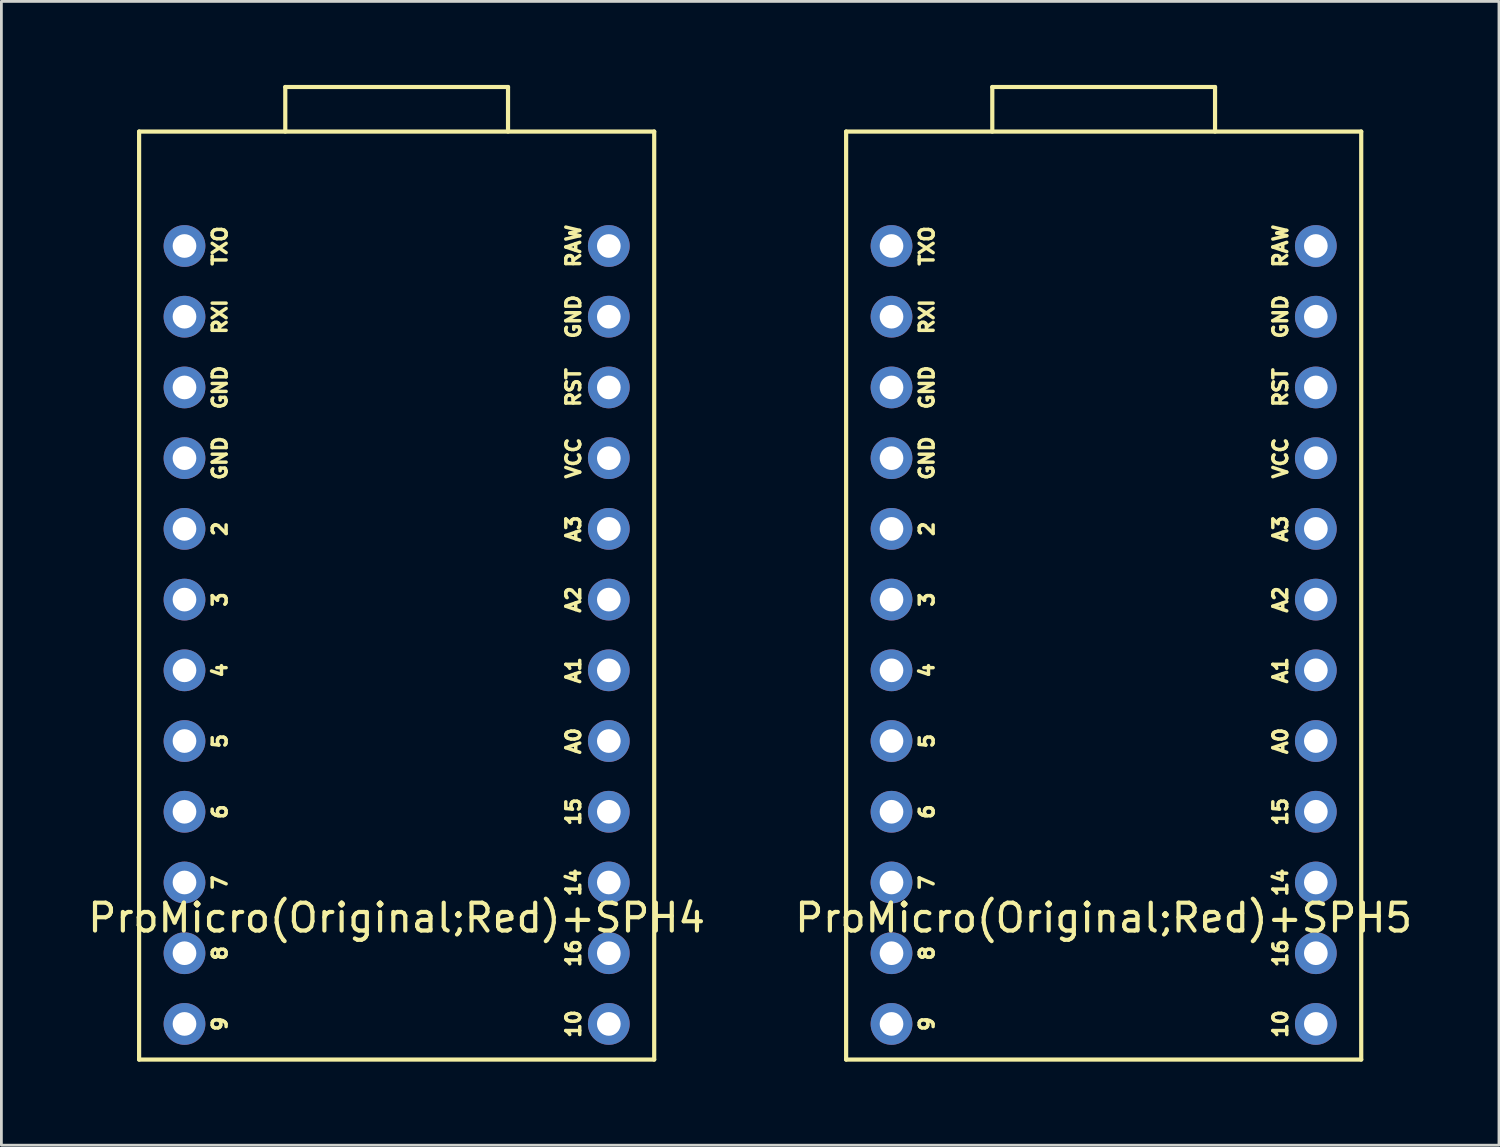
<source format=kicad_pcb>
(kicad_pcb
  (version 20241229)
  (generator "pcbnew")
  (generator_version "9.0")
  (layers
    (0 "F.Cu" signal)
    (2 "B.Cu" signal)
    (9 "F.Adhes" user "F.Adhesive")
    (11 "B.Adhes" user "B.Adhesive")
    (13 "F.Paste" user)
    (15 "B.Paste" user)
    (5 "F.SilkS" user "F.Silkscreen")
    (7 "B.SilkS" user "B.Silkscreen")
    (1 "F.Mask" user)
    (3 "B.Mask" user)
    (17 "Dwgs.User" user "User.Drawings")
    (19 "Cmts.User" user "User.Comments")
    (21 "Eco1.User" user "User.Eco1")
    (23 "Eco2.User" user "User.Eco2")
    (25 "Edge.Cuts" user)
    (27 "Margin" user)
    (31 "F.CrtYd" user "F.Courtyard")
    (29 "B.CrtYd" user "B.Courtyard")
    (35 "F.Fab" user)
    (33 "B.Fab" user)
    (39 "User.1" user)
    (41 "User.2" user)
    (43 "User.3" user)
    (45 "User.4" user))
  (footprint "ProMicro(Original;Red)+SPH5"
    (layer "F.Cu")
    (at 28.969 5.785)
    (property "Reference" "ProMicro(Original;Red)+SPH5" (at 7.62 24.13 0) (layer "F.SilkS") (effects (font (size 1 1) (thickness 0.15))))
    (attr through_hole)
    (fp_line (start -1.63 -4.11) (end -1.63 29.22) (stroke (width 0.15) (type solid)) (layer "F.SilkS"))
    (fp_line (start -1.63 29.22) (end 16.87 29.22) (stroke (width 0.15) (type solid)) (layer "F.SilkS"))
    (fp_line (start 3.62 -5.71) (end 11.62 -5.71) (stroke (width 0.15) (type solid)) (layer "F.SilkS"))
    (fp_line (start 3.62 -4.11) (end 3.62 -5.71) (stroke (width 0.15) (type solid)) (layer "F.SilkS"))
    (fp_line (start 11.62 -5.71) (end 11.62 -4.11) (stroke (width 0.15) (type solid)) (layer "F.SilkS"))
    (fp_line (start 16.87 -4.11) (end -1.63 -4.11) (stroke (width 0.15) (type solid)) (layer "F.SilkS"))
    (fp_line (start 16.87 29.22) (end 16.87 -4.11) (stroke (width 0.15) (type solid)) (layer "F.SilkS"))
    (fp_text user "GND" (at 1.27 7.62 90) (layer "F.SilkS") (effects (font (size 0.5 0.5) (thickness 0.125))))
    (fp_text user "15" (at 13.97 20.32 90) (layer "F.SilkS") (effects (font (size 0.5 0.5) (thickness 0.125))))
    (fp_text user "5" (at 1.27 17.78 90) (layer "F.SilkS") (effects (font (size 0.5 0.5) (thickness 0.125))))
    (fp_text user "3" (at 1.27 12.7 90) (layer "F.SilkS") (effects (font (size 0.5 0.5) (thickness 0.125))))
    (fp_text user "A2" (at 13.97 12.7 90) (layer "F.SilkS") (effects (font (size 0.5 0.5) (thickness 0.125))))
    (fp_text user "6" (at 1.27 20.32 90) (layer "F.SilkS") (effects (font (size 0.5 0.5) (thickness 0.125))))
    (fp_text user "7" (at 1.27 22.86 90) (layer "F.SilkS") (effects (font (size 0.5 0.5) (thickness 0.125))))
    (fp_text user "A3" (at 13.97 10.16 90) (layer "F.SilkS") (effects (font (size 0.5 0.5) (thickness 0.125))))
    (fp_text user "14" (at 13.97 22.86 90) (layer "F.SilkS") (effects (font (size 0.5 0.5) (thickness 0.125))))
    (fp_text user "TXO" (at 1.27 0 90) (layer "F.SilkS") (effects (font (size 0.5 0.5) (thickness 0.125))))
    (fp_text user "4" (at 1.27 15.24 90) (layer "F.SilkS") (effects (font (size 0.5 0.5) (thickness 0.125))))
    (fp_text user "8" (at 1.27 25.4 90) (layer "F.SilkS") (effects (font (size 0.5 0.5) (thickness 0.125))))
    (fp_text user "VCC" (at 13.97 7.62 90) (layer "F.SilkS") (effects (font (size 0.5 0.5) (thickness 0.125))))
    (fp_text user "GND" (at 13.97 2.54 90) (layer "F.SilkS") (effects (font (size 0.5 0.5) (thickness 0.125))))
    (fp_text user "2" (at 1.27 10.16 90) (layer "F.SilkS") (effects (font (size 0.5 0.5) (thickness 0.125))))
    (fp_text user "A0" (at 13.97 17.78 90) (layer "F.SilkS") (effects (font (size 0.5 0.5) (thickness 0.125))))
    (fp_text user "10" (at 13.97 27.94 90) (layer "F.SilkS") (effects (font (size 0.5 0.5) (thickness 0.125))))
    (fp_text user "A1" (at 13.97 15.24 90) (layer "F.SilkS") (effects (font (size 0.5 0.5) (thickness 0.125))))
    (fp_text user "RST" (at 13.97 5.08 90) (layer "F.SilkS") (effects (font (size 0.5 0.5) (thickness 0.125))))
    (fp_text user "GND" (at 1.27 5.08 90) (layer "F.SilkS") (effects (font (size 0.5 0.5) (thickness 0.125))))
    (fp_text user "9" (at 1.27 27.94 90) (layer "F.SilkS") (effects (font (size 0.5 0.5) (thickness 0.125))))
    (fp_text user "RAW" (at 13.97 0 90) (layer "F.SilkS") (effects (font (size 0.5 0.5) (thickness 0.125))))
    (fp_text user "RXI" (at 1.27 2.54 90) (layer "F.SilkS") (effects (font (size 0.5 0.5) (thickness 0.125))))
    (fp_text user "16" (at 13.97 25.4 90) (layer "F.SilkS") (effects (font (size 0.5 0.5) (thickness 0.125))))
    (pad "2" thru_hole circle (at 0 10.16) (size 1.5 1.5) (drill 0.85) (layers "*.Cu" "*.Mask"))
    (pad "3" thru_hole circle (at 0 12.7) (size 1.5 1.5) (drill 0.85) (layers "*.Cu" "*.Mask"))
    (pad "4" thru_hole circle (at 0 15.24) (size 1.5 1.5) (drill 0.85) (layers "*.Cu" "*.Mask"))
    (pad "5" thru_hole circle (at 0 17.78) (size 1.5 1.5) (drill 0.85) (layers "*.Cu" "*.Mask"))
    (pad "6" thru_hole circle (at 0 20.32) (size 1.5 1.5) (drill 0.85) (layers "*.Cu" "*.Mask"))
    (pad "7" thru_hole circle (at 0 22.86) (size 1.5 1.5) (drill 0.85) (layers "*.Cu" "*.Mask"))
    (pad "8" thru_hole circle (at 0 25.4) (size 1.5 1.5) (drill 0.85) (layers "*.Cu" "*.Mask"))
    (pad "9" thru_hole circle (at 0 27.94) (size 1.5 1.5) (drill 0.85) (layers "*.Cu" "*.Mask"))
    (pad "10" thru_hole circle (at 15.24 27.94) (size 1.5 1.5) (drill 0.85) (layers "*.Cu" "*.Mask"))
    (pad "14" thru_hole circle (at 15.24 22.86) (size 1.5 1.5) (drill 0.85) (layers "*.Cu" "*.Mask"))
    (pad "15" thru_hole circle (at 15.24 20.32) (size 1.5 1.5) (drill 0.85) (layers "*.Cu" "*.Mask"))
    (pad "16" thru_hole circle (at 15.24 25.4) (size 1.5 1.5) (drill 0.85) (layers "*.Cu" "*.Mask"))
    (pad "A0" thru_hole circle (at 15.24 17.78) (size 1.5 1.5) (drill 0.85) (layers "*.Cu" "*.Mask"))
    (pad "A1" thru_hole circle (at 15.24 15.24) (size 1.5 1.5) (drill 0.85) (layers "*.Cu" "*.Mask"))
    (pad "A2" thru_hole circle (at 15.24 12.7) (size 1.5 1.5) (drill 0.85) (layers "*.Cu" "*.Mask"))
    (pad "A3" thru_hole circle (at 15.24 10.16) (size 1.5 1.5) (drill 0.85) (layers "*.Cu" "*.Mask"))
    (pad "GND0" thru_hole circle (at 15.24 2.54) (size 1.5 1.5) (drill 0.85) (layers "*.Cu" "*.Mask"))
    (pad "GND1" thru_hole circle (at 0 5.08) (size 1.5 1.5) (drill 0.85) (layers "*.Cu" "*.Mask"))
    (pad "GND2" thru_hole circle (at 0 7.62) (size 1.5 1.5) (drill 0.85) (layers "*.Cu" "*.Mask"))
    (pad "RAW" thru_hole circle (at 15.24 0) (size 1.5 1.5) (drill 0.85) (layers "*.Cu" "*.Mask"))
    (pad "RST" thru_hole circle (at 15.24 5.08) (size 1.5 1.5) (drill 0.85) (layers "*.Cu" "*.Mask"))
    (pad "RXI" thru_hole circle (at 0 2.54) (size 1.5 1.5) (drill 0.85) (layers "*.Cu" "*.Mask"))
    (pad "TXO" thru_hole circle (at 0 0 90) (size 1.5 1.5) (drill 0.85) (layers "*.Cu" "*.Mask"))
    (pad "VCC" thru_hole circle (at 15.24 7.62) (size 1.5 1.5) (drill 0.85) (layers "*.Cu" "*.Mask")))
  (footprint "ProMicro(Original;Red)+SPH4"
    (layer "F.Cu")
    (at 3.576 5.785)
    (property "Reference" "ProMicro(Original;Red)+SPH4" (at 7.62 24.13 0) (layer "F.SilkS") (effects (font (size 1 1) (thickness 0.15))))
    (attr through_hole)
    (fp_line (start -1.63 -4.11) (end -1.63 29.22) (stroke (width 0.15) (type solid)) (layer "F.SilkS"))
    (fp_line (start -1.63 29.22) (end 16.87 29.22) (stroke (width 0.15) (type solid)) (layer "F.SilkS"))
    (fp_line (start 3.62 -5.71) (end 11.62 -5.71) (stroke (width 0.15) (type solid)) (layer "F.SilkS"))
    (fp_line (start 3.62 -4.11) (end 3.62 -5.71) (stroke (width 0.15) (type solid)) (layer "F.SilkS"))
    (fp_line (start 11.62 -5.71) (end 11.62 -4.11) (stroke (width 0.15) (type solid)) (layer "F.SilkS"))
    (fp_line (start 16.87 -4.11) (end -1.63 -4.11) (stroke (width 0.15) (type solid)) (layer "F.SilkS"))
    (fp_line (start 16.87 29.22) (end 16.87 -4.11) (stroke (width 0.15) (type solid)) (layer "F.SilkS"))
    (fp_text user "6" (at 1.27 20.32 90) (layer "F.SilkS") (effects (font (size 0.5 0.5) (thickness 0.125))))
    (fp_text user "15" (at 13.97 20.32 90) (layer "F.SilkS") (effects (font (size 0.5 0.5) (thickness 0.125))))
    (fp_text user "4" (at 1.27 15.24 90) (layer "F.SilkS") (effects (font (size 0.5 0.5) (thickness 0.125))))
    (fp_text user "14" (at 13.97 22.86 90) (layer "F.SilkS") (effects (font (size 0.5 0.5) (thickness 0.125))))
    (fp_text user "A0" (at 13.97 17.78 90) (layer "F.SilkS") (effects (font (size 0.5 0.5) (thickness 0.125))))
    (fp_text user "GND" (at 13.97 2.54 90) (layer "F.SilkS") (effects (font (size 0.5 0.5) (thickness 0.125))))
    (fp_text user "RST" (at 13.97 5.08 90) (layer "F.SilkS") (effects (font (size 0.5 0.5) (thickness 0.125))))
    (fp_text user "10" (at 13.97 27.94 90) (layer "F.SilkS") (effects (font (size 0.5 0.5) (thickness 0.125))))
    (fp_text user "16" (at 13.97 25.4 90) (layer "F.SilkS") (effects (font (size 0.5 0.5) (thickness 0.125))))
    (fp_text user "A1" (at 13.97 15.24 90) (layer "F.SilkS") (effects (font (size 0.5 0.5) (thickness 0.125))))
    (fp_text user "5" (at 1.27 17.78 90) (layer "F.SilkS") (effects (font (size 0.5 0.5) (thickness 0.125))))
    (fp_text user "GND" (at 1.27 5.08 90) (layer "F.SilkS") (effects (font (size 0.5 0.5) (thickness 0.125))))
    (fp_text user "VCC" (at 13.97 7.62 90) (layer "F.SilkS") (effects (font (size 0.5 0.5) (thickness 0.125))))
    (fp_text user "2" (at 1.27 10.16 90) (layer "F.SilkS") (effects (font (size 0.5 0.5) (thickness 0.125))))
    (fp_text user "8" (at 1.27 25.4 90) (layer "F.SilkS") (effects (font (size 0.5 0.5) (thickness 0.125))))
    (fp_text user "3" (at 1.27 12.7 90) (layer "F.SilkS") (effects (font (size 0.5 0.5) (thickness 0.125))))
    (fp_text user "RXI" (at 1.27 2.54 90) (layer "F.SilkS") (effects (font (size 0.5 0.5) (thickness 0.125))))
    (fp_text user "GND" (at 1.27 7.62 90) (layer "F.SilkS") (effects (font (size 0.5 0.5) (thickness 0.125))))
    (fp_text user "A2" (at 13.97 12.7 90) (layer "F.SilkS") (effects (font (size 0.5 0.5) (thickness 0.125))))
    (fp_text user "TXO" (at 1.27 0 90) (layer "F.SilkS") (effects (font (size 0.5 0.5) (thickness 0.125))))
    (fp_text user "7" (at 1.27 22.86 90) (layer "F.SilkS") (effects (font (size 0.5 0.5) (thickness 0.125))))
    (fp_text user "9" (at 1.27 27.94 90) (layer "F.SilkS") (effects (font (size 0.5 0.5) (thickness 0.125))))
    (fp_text user "RAW" (at 13.97 0 90) (layer "F.SilkS") (effects (font (size 0.5 0.5) (thickness 0.125))))
    (fp_text user "A3" (at 13.97 10.16 90) (layer "F.SilkS") (effects (font (size 0.5 0.5) (thickness 0.125))))
    (pad "2" thru_hole circle (at 0 10.16) (size 1.5 1.5) (drill 0.85) (layers "*.Cu" "*.Mask"))
    (pad "3" thru_hole circle (at 0 12.7) (size 1.5 1.5) (drill 0.85) (layers "*.Cu" "*.Mask"))
    (pad "4" thru_hole circle (at 0 15.24) (size 1.5 1.5) (drill 0.85) (layers "*.Cu" "*.Mask"))
    (pad "5" thru_hole circle (at 0 17.78) (size 1.5 1.5) (drill 0.85) (layers "*.Cu" "*.Mask"))
    (pad "6" thru_hole circle (at 0 20.32) (size 1.5 1.5) (drill 0.85) (layers "*.Cu" "*.Mask"))
    (pad "7" thru_hole circle (at 0 22.86) (size 1.5 1.5) (drill 0.85) (layers "*.Cu" "*.Mask"))
    (pad "8" thru_hole circle (at 0 25.4) (size 1.5 1.5) (drill 0.85) (layers "*.Cu" "*.Mask"))
    (pad "9" thru_hole circle (at 0 27.94) (size 1.5 1.5) (drill 0.85) (layers "*.Cu" "*.Mask"))
    (pad "10" thru_hole circle (at 15.24 27.94) (size 1.5 1.5) (drill 0.85) (layers "*.Cu" "*.Mask"))
    (pad "14" thru_hole circle (at 15.24 22.86) (size 1.5 1.5) (drill 0.85) (layers "*.Cu" "*.Mask"))
    (pad "15" thru_hole circle (at 15.24 20.32) (size 1.5 1.5) (drill 0.85) (layers "*.Cu" "*.Mask"))
    (pad "16" thru_hole circle (at 15.24 25.4) (size 1.5 1.5) (drill 0.85) (layers "*.Cu" "*.Mask"))
    (pad "A0" thru_hole circle (at 15.24 17.78) (size 1.5 1.5) (drill 0.85) (layers "*.Cu" "*.Mask"))
    (pad "A1" thru_hole circle (at 15.24 15.24) (size 1.5 1.5) (drill 0.85) (layers "*.Cu" "*.Mask"))
    (pad "A2" thru_hole circle (at 15.24 12.7) (size 1.5 1.5) (drill 0.85) (layers "*.Cu" "*.Mask"))
    (pad "A3" thru_hole circle (at 15.24 10.16) (size 1.5 1.5) (drill 0.85) (layers "*.Cu" "*.Mask"))
    (pad "GND0" thru_hole circle (at 15.24 2.54) (size 1.5 1.5) (drill 0.85) (layers "*.Cu" "*.Mask"))
    (pad "GND1" thru_hole circle (at 0 5.08) (size 1.5 1.5) (drill 0.85) (layers "*.Cu" "*.Mask"))
    (pad "GND2" thru_hole circle (at 0 7.62) (size 1.5 1.5) (drill 0.85) (layers "*.Cu" "*.Mask"))
    (pad "RAW" thru_hole circle (at 15.24 0) (size 1.5 1.5) (drill 0.85) (layers "*.Cu" "*.Mask"))
    (pad "RST" thru_hole circle (at 15.24 5.08) (size 1.5 1.5) (drill 0.85) (layers "*.Cu" "*.Mask"))
    (pad "RXI" thru_hole circle (at 0 2.54) (size 1.5 1.5) (drill 0.85) (layers "*.Cu" "*.Mask"))
    (pad "TXO" thru_hole circle (at 0 0 90) (size 1.5 1.5) (drill 0.85) (layers "*.Cu" "*.Mask"))
    (pad "VCC" thru_hole circle (at 15.24 7.62) (size 1.5 1.5) (drill 0.85) (layers "*.Cu" "*.Mask")))
  (gr_rect
    (start -3 -3)
    (end 50.786 38.08)
    (stroke (width 0.1) (type default))
    (fill no)
    (layer "Edge.Cuts")))
</source>
